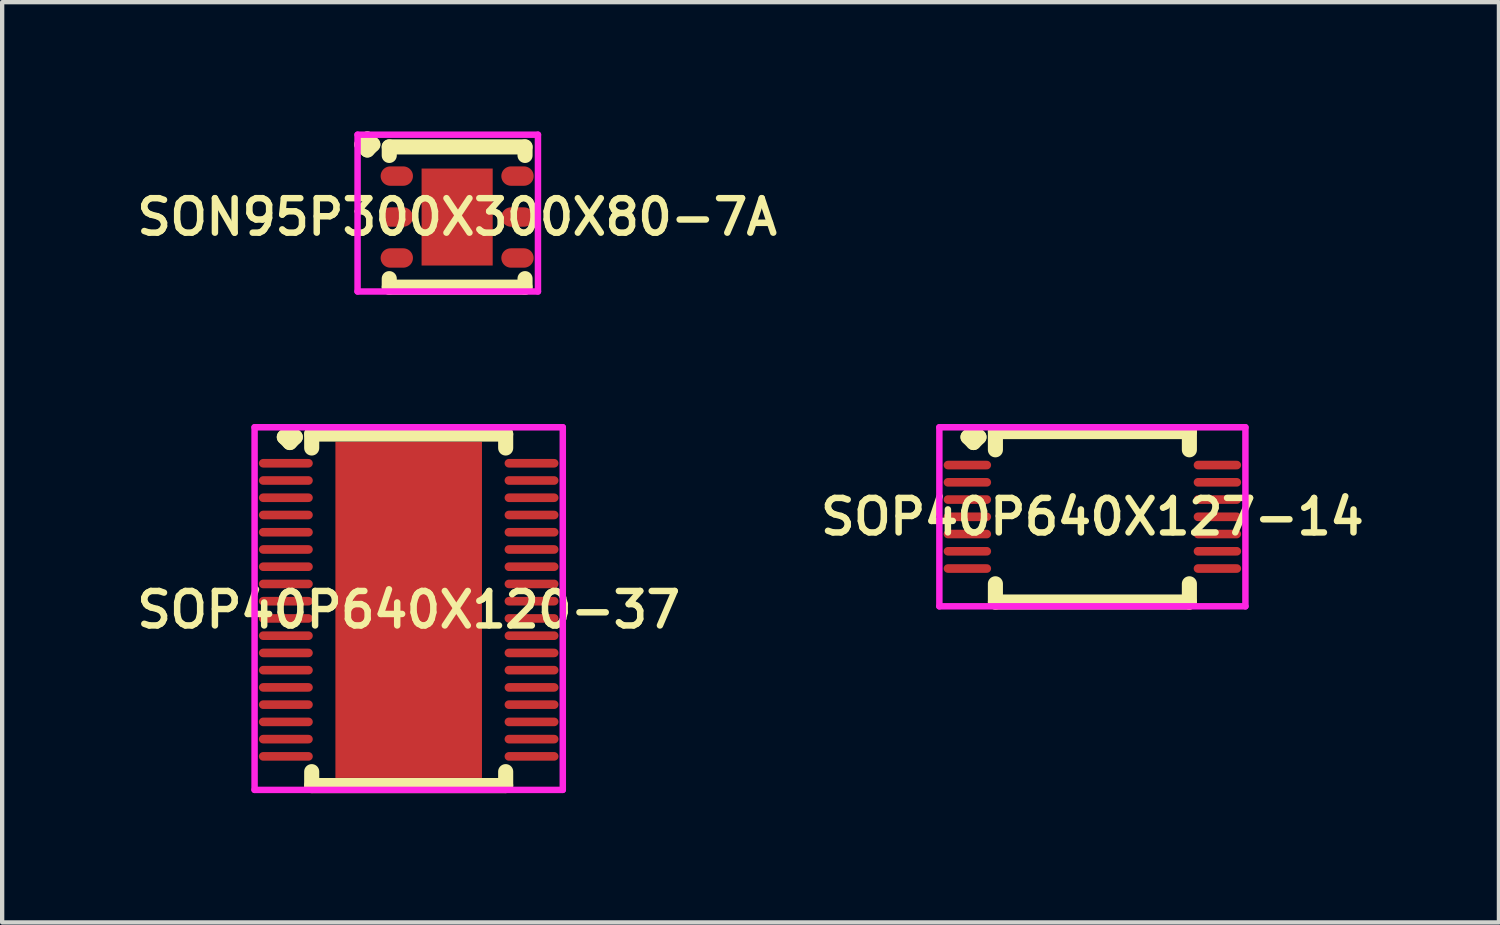
<source format=kicad_pcb>
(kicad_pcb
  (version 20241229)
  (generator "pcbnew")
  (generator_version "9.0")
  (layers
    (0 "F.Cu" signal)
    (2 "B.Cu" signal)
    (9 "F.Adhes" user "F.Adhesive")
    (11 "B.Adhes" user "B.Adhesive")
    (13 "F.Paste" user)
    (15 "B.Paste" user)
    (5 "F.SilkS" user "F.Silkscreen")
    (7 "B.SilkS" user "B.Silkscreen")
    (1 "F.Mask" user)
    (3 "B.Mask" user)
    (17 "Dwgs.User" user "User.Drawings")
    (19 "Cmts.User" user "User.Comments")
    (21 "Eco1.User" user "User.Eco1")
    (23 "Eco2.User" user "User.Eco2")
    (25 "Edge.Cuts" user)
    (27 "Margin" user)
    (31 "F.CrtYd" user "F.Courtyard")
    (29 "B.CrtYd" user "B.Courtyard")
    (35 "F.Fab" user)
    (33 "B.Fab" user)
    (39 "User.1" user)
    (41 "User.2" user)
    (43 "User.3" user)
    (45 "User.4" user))
  (footprint "SOP40P640X127-14"
    (layer "F.Cu")
    (at 22.292 8.939)
    (property "Reference" "SOP40P640X127-14" (at 0 0 0) (layer "F.SilkS") (effects (font (size 0.8 0.8) (thickness 0.15))))
    (attr smd)
    (fp_line (start -2.885 -1.85) (end -2.758 -1.977) (stroke (width 0.35) (type solid)) (layer "F.SilkS"))
    (fp_line (start -2.758 -1.977) (end -2.631 -1.85) (stroke (width 0.35) (type solid)) (layer "F.SilkS"))
    (fp_line (start -2.758 -1.723) (end -2.885 -1.85) (stroke (width 0.35) (type solid)) (layer "F.SilkS"))
    (fp_line (start -2.631 -1.85) (end -2.758 -1.723) (stroke (width 0.35) (type solid)) (layer "F.SilkS"))
    (fp_line (start -2.25 -1.977) (end 2.25 -1.977) (stroke (width 0.35) (type solid)) (layer "F.SilkS"))
    (fp_line (start -2.25 -1.554) (end -2.25 -1.977) (stroke (width 0.35) (type solid)) (layer "F.SilkS"))
    (fp_line (start -2.25 1.554) (end -2.25 1.977) (stroke (width 0.35) (type solid)) (layer "F.SilkS"))
    (fp_line (start -2.25 1.977) (end 2.25 1.977) (stroke (width 0.35) (type solid)) (layer "F.SilkS"))
    (fp_line (start 2.25 -1.977) (end 2.25 -1.554) (stroke (width 0.35) (type solid)) (layer "F.SilkS"))
    (fp_line (start 2.25 1.977) (end 2.25 1.554) (stroke (width 0.35) (type solid)) (layer "F.SilkS"))
    (fp_line (start -3.55 -2.077) (end 3.55 -2.077) (stroke (width 0.15) (type solid)) (layer "F.CrtYd"))
    (fp_line (start -3.55 2.077) (end -3.55 -2.077) (stroke (width 0.15) (type solid)) (layer "F.CrtYd"))
    (fp_line (start 3.55 -2.077) (end 3.55 2.077) (stroke (width 0.15) (type solid)) (layer "F.CrtYd"))
    (fp_line (start 3.55 2.077) (end -3.55 2.077) (stroke (width 0.15) (type solid)) (layer "F.CrtYd"))
    (pad "1" smd oval (at -2.9 -1.2) (size 1.1 0.2) (layers "F.Cu" "F.Mask" "F.Paste"))
    (pad "2" smd oval (at -2.9 -0.8) (size 1.1 0.2) (layers "F.Cu" "F.Mask" "F.Paste"))
    (pad "3" smd oval (at -2.9 -0.4) (size 1.1 0.2) (layers "F.Cu" "F.Mask" "F.Paste"))
    (pad "4" smd oval (at -2.9 0) (size 1.1 0.2) (layers "F.Cu" "F.Mask" "F.Paste"))
    (pad "5" smd oval (at -2.9 0.4) (size 1.1 0.2) (layers "F.Cu" "F.Mask" "F.Paste"))
    (pad "6" smd oval (at -2.9 0.8) (size 1.1 0.2) (layers "F.Cu" "F.Mask" "F.Paste"))
    (pad "7" smd oval (at -2.9 1.2) (size 1.1 0.2) (layers "F.Cu" "F.Mask" "F.Paste"))
    (pad "8" smd oval (at 2.9 1.2) (size 1.1 0.2) (layers "F.Cu" "F.Mask" "F.Paste"))
    (pad "9" smd oval (at 2.9 0.8) (size 1.1 0.2) (layers "F.Cu" "F.Mask" "F.Paste"))
    (pad "10" smd oval (at 2.9 0.4) (size 1.1 0.2) (layers "F.Cu" "F.Mask" "F.Paste"))
    (pad "11" smd oval (at 2.9 0) (size 1.1 0.2) (layers "F.Cu" "F.Mask" "F.Paste"))
    (pad "12" smd oval (at 2.9 -0.4) (size 1.1 0.2) (layers "F.Cu" "F.Mask" "F.Paste"))
    (pad "13" smd oval (at 2.9 -0.8) (size 1.1 0.2) (layers "F.Cu" "F.Mask" "F.Paste"))
    (pad "14" smd oval (at 2.9 -1.2) (size 1.1 0.2) (layers "F.Cu" "F.Mask" "F.Paste")))
  (footprint "SOP40P640X120-37"
    (layer "F.Cu")
    (at 6.431 11.097)
    (property "Reference" "SOP40P640X120-37" (at 0 0 0) (layer "F.SilkS") (effects (font (size 0.8 0.8) (thickness 0.15))))
    (attr smd)
    (fp_line (start -2.885 -4.008) (end -2.758 -4.135) (stroke (width 0.35) (type solid)) (layer "F.SilkS"))
    (fp_line (start -2.758 -4.135) (end -2.631 -4.008) (stroke (width 0.35) (type solid)) (layer "F.SilkS"))
    (fp_line (start -2.758 -3.881) (end -2.885 -4.008) (stroke (width 0.35) (type solid)) (layer "F.SilkS"))
    (fp_line (start -2.631 -4.008) (end -2.758 -3.881) (stroke (width 0.35) (type solid)) (layer "F.SilkS"))
    (fp_line (start -2.25 -4.077) (end 2.25 -4.077) (stroke (width 0.35) (type solid)) (layer "F.SilkS"))
    (fp_line (start -2.25 -3.754) (end -2.25 -4.077) (stroke (width 0.35) (type solid)) (layer "F.SilkS"))
    (fp_line (start -2.25 3.754) (end -2.25 4.077) (stroke (width 0.35) (type solid)) (layer "F.SilkS"))
    (fp_line (start -2.25 4.077) (end 2.25 4.077) (stroke (width 0.35) (type solid)) (layer "F.SilkS"))
    (fp_line (start 2.25 -4.077) (end 2.25 -3.754) (stroke (width 0.35) (type solid)) (layer "F.SilkS"))
    (fp_line (start 2.25 4.077) (end 2.25 3.754) (stroke (width 0.35) (type solid)) (layer "F.SilkS"))
    (fp_line (start -3.575 -4.235) (end 3.575 -4.235) (stroke (width 0.15) (type solid)) (layer "F.CrtYd"))
    (fp_line (start -3.575 4.177) (end -3.575 -4.235) (stroke (width 0.15) (type solid)) (layer "F.CrtYd"))
    (fp_line (start 3.575 -4.235) (end 3.575 4.177) (stroke (width 0.15) (type solid)) (layer "F.CrtYd"))
    (fp_line (start 3.575 4.177) (end -3.575 4.177) (stroke (width 0.15) (type solid)) (layer "F.CrtYd"))
    (pad "1" smd oval (at -2.85 -3.4) (size 1.25 0.2) (layers "F.Cu" "F.Mask" "F.Paste"))
    (pad "2" smd oval (at -2.85 -3) (size 1.25 0.2) (layers "F.Cu" "F.Mask" "F.Paste"))
    (pad "3" smd oval (at -2.85 -2.6) (size 1.25 0.2) (layers "F.Cu" "F.Mask" "F.Paste"))
    (pad "4" smd oval (at -2.85 -2.2) (size 1.25 0.2) (layers "F.Cu" "F.Mask" "F.Paste"))
    (pad "5" smd oval (at -2.85 -1.8) (size 1.25 0.2) (layers "F.Cu" "F.Mask" "F.Paste"))
    (pad "6" smd oval (at -2.85 -1.4) (size 1.25 0.2) (layers "F.Cu" "F.Mask" "F.Paste"))
    (pad "7" smd oval (at -2.85 -1) (size 1.25 0.2) (layers "F.Cu" "F.Mask" "F.Paste"))
    (pad "8" smd oval (at -2.85 -0.6) (size 1.25 0.2) (layers "F.Cu" "F.Mask" "F.Paste"))
    (pad "9" smd oval (at -2.85 -0.2) (size 1.25 0.2) (layers "F.Cu" "F.Mask" "F.Paste"))
    (pad "10" smd oval (at -2.85 0.2) (size 1.25 0.2) (layers "F.Cu" "F.Mask" "F.Paste"))
    (pad "11" smd oval (at -2.85 0.6) (size 1.25 0.2) (layers "F.Cu" "F.Mask" "F.Paste"))
    (pad "12" smd oval (at -2.85 1) (size 1.25 0.2) (layers "F.Cu" "F.Mask" "F.Paste"))
    (pad "13" smd oval (at -2.85 1.4) (size 1.25 0.2) (layers "F.Cu" "F.Mask" "F.Paste"))
    (pad "14" smd oval (at -2.85 1.8) (size 1.25 0.2) (layers "F.Cu" "F.Mask" "F.Paste"))
    (pad "15" smd oval (at -2.85 2.2) (size 1.25 0.2) (layers "F.Cu" "F.Mask" "F.Paste"))
    (pad "16" smd oval (at -2.85 2.6) (size 1.25 0.2) (layers "F.Cu" "F.Mask" "F.Paste"))
    (pad "17" smd oval (at -2.85 3) (size 1.25 0.2) (layers "F.Cu" "F.Mask" "F.Paste"))
    (pad "18" smd oval (at -2.85 3.4) (size 1.25 0.2) (layers "F.Cu" "F.Mask" "F.Paste"))
    (pad "19" smd oval (at 2.85 3.4) (size 1.25 0.2) (layers "F.Cu" "F.Mask" "F.Paste"))
    (pad "20" smd oval (at 2.85 3) (size 1.25 0.2) (layers "F.Cu" "F.Mask" "F.Paste"))
    (pad "21" smd oval (at 2.85 2.6) (size 1.25 0.2) (layers "F.Cu" "F.Mask" "F.Paste"))
    (pad "22" smd oval (at 2.85 2.2) (size 1.25 0.2) (layers "F.Cu" "F.Mask" "F.Paste"))
    (pad "23" smd oval (at 2.85 1.8) (size 1.25 0.2) (layers "F.Cu" "F.Mask" "F.Paste"))
    (pad "24" smd oval (at 2.85 1.4) (size 1.25 0.2) (layers "F.Cu" "F.Mask" "F.Paste"))
    (pad "25" smd oval (at 2.85 1) (size 1.25 0.2) (layers "F.Cu" "F.Mask" "F.Paste"))
    (pad "26" smd oval (at 2.85 0.6) (size 1.25 0.2) (layers "F.Cu" "F.Mask" "F.Paste"))
    (pad "27" smd oval (at 2.85 0.2) (size 1.25 0.2) (layers "F.Cu" "F.Mask" "F.Paste"))
    (pad "28" smd oval (at 2.85 -0.2) (size 1.25 0.2) (layers "F.Cu" "F.Mask" "F.Paste"))
    (pad "29" smd oval (at 2.85 -0.6) (size 1.25 0.2) (layers "F.Cu" "F.Mask" "F.Paste"))
    (pad "30" smd oval (at 2.85 -1) (size 1.25 0.2) (layers "F.Cu" "F.Mask" "F.Paste"))
    (pad "31" smd oval (at 2.85 -1.4) (size 1.25 0.2) (layers "F.Cu" "F.Mask" "F.Paste"))
    (pad "32" smd oval (at 2.85 -1.8) (size 1.25 0.2) (layers "F.Cu" "F.Mask" "F.Paste"))
    (pad "33" smd oval (at 2.85 -2.2) (size 1.25 0.2) (layers "F.Cu" "F.Mask" "F.Paste"))
    (pad "34" smd oval (at 2.85 -2.6) (size 1.25 0.2) (layers "F.Cu" "F.Mask" "F.Paste"))
    (pad "35" smd oval (at 2.85 -3) (size 1.25 0.2) (layers "F.Cu" "F.Mask" "F.Paste"))
    (pad "36" smd oval (at 2.85 -3.4) (size 1.25 0.2) (layers "F.Cu" "F.Mask" "F.Paste"))
    (pad "37" smd rect (at 0 0) (size 3.4 7.8) (layers "F.Cu" "F.Mask" "F.Paste")))
  (footprint "SON95P300X300X80-7A"
    (layer "F.Cu")
    (at 7.555 1.985)
    (property "Reference" "SON95P300X300X80-7A" (at 0 0 0) (layer "F.SilkS") (effects (font (size 0.8 0.8) (thickness 0.15))))
    (attr smd)
    (fp_line (start -2.21 -1.683) (end -2.083 -1.81) (stroke (width 0.35) (type solid)) (layer "F.SilkS"))
    (fp_line (start -2.083 -1.81) (end -1.956 -1.683) (stroke (width 0.35) (type solid)) (layer "F.SilkS"))
    (fp_line (start -2.083 -1.556) (end -2.21 -1.683) (stroke (width 0.35) (type solid)) (layer "F.SilkS"))
    (fp_line (start -1.956 -1.683) (end -2.083 -1.556) (stroke (width 0.35) (type solid)) (layer "F.SilkS"))
    (fp_line (start -1.575 -1.627) (end 1.575 -1.627) (stroke (width 0.35) (type solid)) (layer "F.SilkS"))
    (fp_line (start -1.575 -1.429) (end -1.575 -1.627) (stroke (width 0.35) (type solid)) (layer "F.SilkS"))
    (fp_line (start -1.575 1.429) (end -1.575 1.627) (stroke (width 0.35) (type solid)) (layer "F.SilkS"))
    (fp_line (start -1.575 1.627) (end 1.575 1.627) (stroke (width 0.35) (type solid)) (layer "F.SilkS"))
    (fp_line (start 1.575 -1.627) (end 1.575 -1.429) (stroke (width 0.35) (type solid)) (layer "F.SilkS"))
    (fp_line (start 1.575 1.627) (end 1.575 1.429) (stroke (width 0.35) (type solid)) (layer "F.SilkS"))
    (fp_line (start -2.31 -1.91) (end 1.875 -1.91) (stroke (width 0.15) (type solid)) (layer "F.CrtYd"))
    (fp_line (start -2.31 1.727) (end -2.31 -1.91) (stroke (width 0.15) (type solid)) (layer "F.CrtYd"))
    (fp_line (start 1.875 -1.91) (end 1.875 1.727) (stroke (width 0.15) (type solid)) (layer "F.CrtYd"))
    (fp_line (start 1.875 1.727) (end -2.31 1.727) (stroke (width 0.15) (type solid)) (layer "F.CrtYd"))
    (pad "1" smd oval (at -1.4 -0.95) (size 0.75 0.45) (layers "F.Cu" "F.Mask" "F.Paste"))
    (pad "2" smd oval (at -1.4 0) (size 0.75 0.45) (layers "F.Cu" "F.Mask" "F.Paste"))
    (pad "3" smd oval (at -1.4 0.95) (size 0.75 0.45) (layers "F.Cu" "F.Mask" "F.Paste"))
    (pad "4" smd oval (at 1.4 0.95) (size 0.75 0.45) (layers "F.Cu" "F.Mask" "F.Paste"))
    (pad "5" smd oval (at 1.4 0) (size 0.75 0.45) (layers "F.Cu" "F.Mask" "F.Paste"))
    (pad "6" smd oval (at 1.4 -0.95) (size 0.75 0.45) (layers "F.Cu" "F.Mask" "F.Paste"))
    (pad "7" smd rect (at 0 0) (size 1.65 2.25) (layers "F.Cu" "F.Mask" "F.Paste")))
  (gr_rect
    (start -3 -3)
    (end 31.723 18.349)
    (stroke (width 0.1) (type default))
    (fill no)
    (layer "Edge.Cuts")))
</source>
